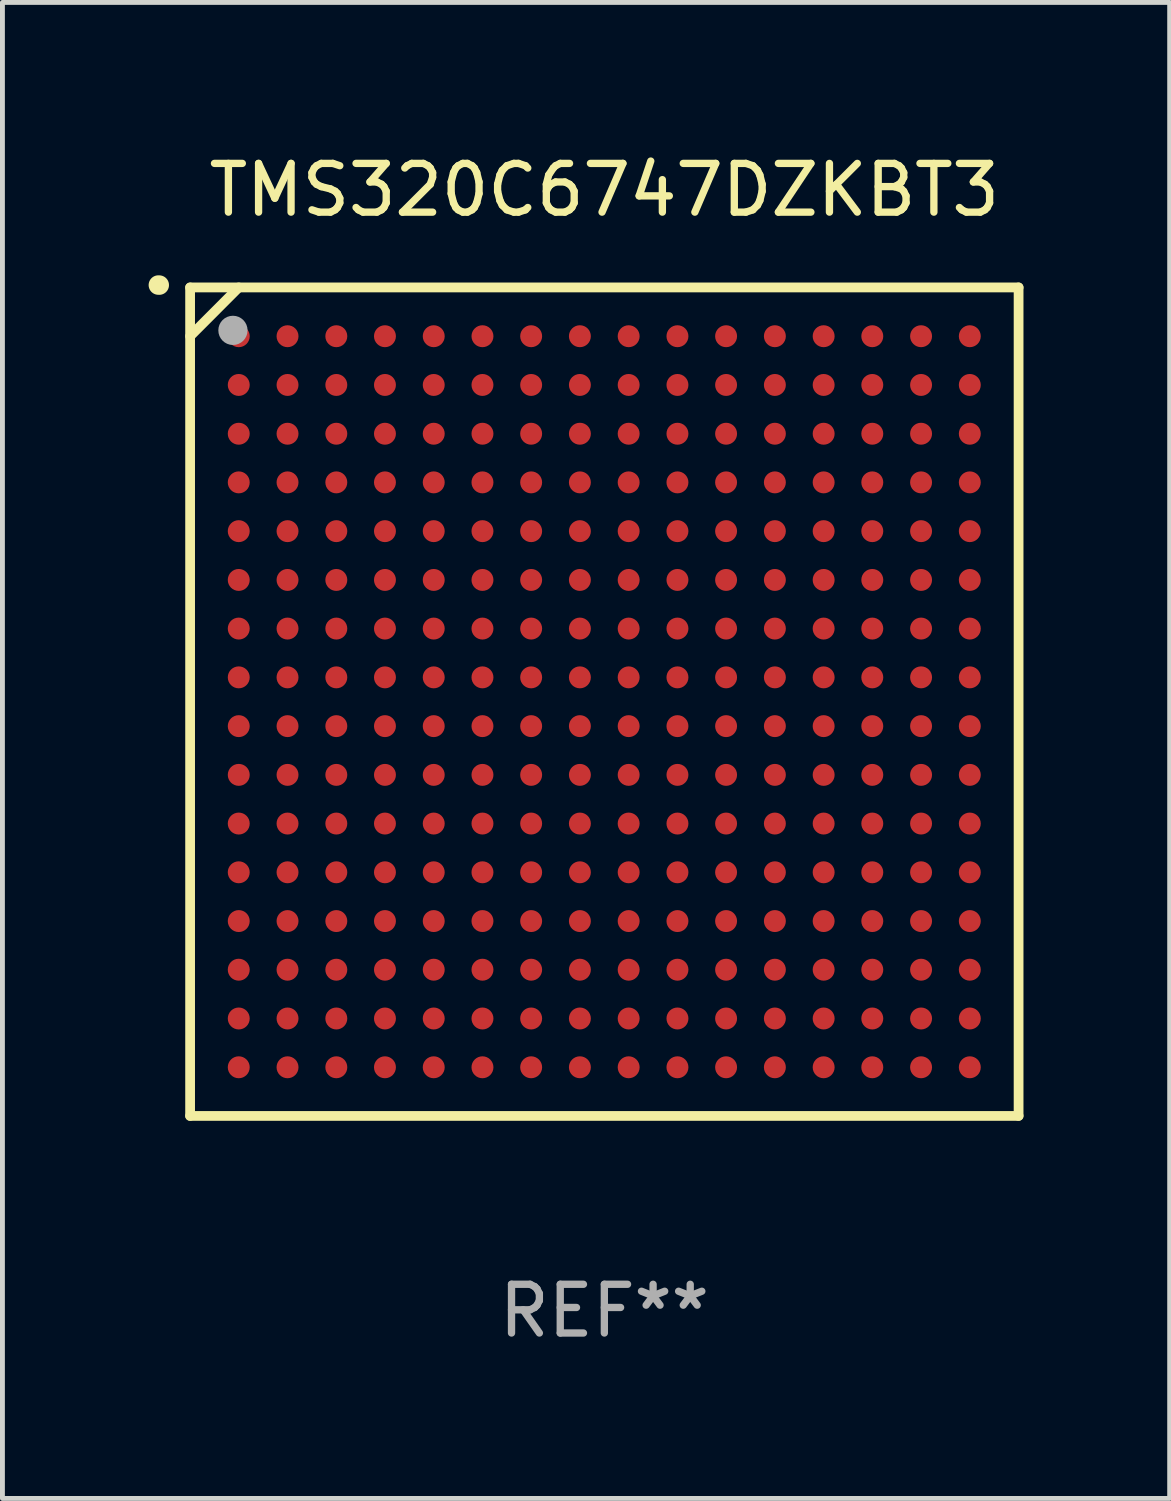
<source format=kicad_pcb>
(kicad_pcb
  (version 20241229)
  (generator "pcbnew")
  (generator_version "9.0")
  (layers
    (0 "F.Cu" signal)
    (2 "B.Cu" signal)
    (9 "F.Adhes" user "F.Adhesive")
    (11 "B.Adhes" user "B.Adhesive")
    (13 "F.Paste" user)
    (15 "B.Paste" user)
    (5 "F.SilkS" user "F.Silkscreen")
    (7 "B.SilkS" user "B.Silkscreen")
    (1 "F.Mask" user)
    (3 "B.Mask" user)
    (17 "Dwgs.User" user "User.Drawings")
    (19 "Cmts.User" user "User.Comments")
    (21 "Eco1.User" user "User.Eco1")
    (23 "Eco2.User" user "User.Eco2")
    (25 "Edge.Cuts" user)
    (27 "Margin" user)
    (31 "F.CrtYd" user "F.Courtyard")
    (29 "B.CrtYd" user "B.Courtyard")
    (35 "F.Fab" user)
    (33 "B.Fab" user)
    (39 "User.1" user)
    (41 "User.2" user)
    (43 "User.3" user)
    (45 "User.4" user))
  (footprint "TMS320C6747DZKBT3"
    (layer "F.Cu")
    (at 9.351 11.348)
    (property "Reference" "TMS320C6747DZKBT3" (at 0 -10.5 0) (layer "F.SilkS") (effects (font (size 1 1) (thickness 0.15))))
    (attr through_hole)
    (fp_line (start -8.5 -8.5) (end 8.5 -8.5) (stroke (width 0.2) (type solid)) (layer "F.SilkS"))
    (fp_line (start -8.5 -7.499) (end -7.502 -8.5) (stroke (width 0.2) (type solid)) (layer "F.SilkS"))
    (fp_line (start -8.5 8.5) (end -8.5 -8.5) (stroke (width 0.2) (type solid)) (layer "F.SilkS"))
    (fp_line (start 8.5 -8.5) (end 8.5 8.5) (stroke (width 0.2) (type solid)) (layer "F.SilkS"))
    (fp_line (start 8.5 8.5) (end -8.5 8.5) (stroke (width 0.2) (type solid)) (layer "F.SilkS"))
    (fp_arc (start -9.151181 -8.548768) (mid -9.142295 -8.548541) (end -9.133426 -8.547955) (stroke (width 0.4) (type solid)) (layer "F.SilkS"))
    (fp_circle (center -8.501 -8.499) (end -8.471 -8.499) (stroke (width 0.06) (type solid)) (fill no) (layer "F.SilkS"))
    (fp_circle (center -7.621 -7.619) (end -7.471 -7.619) (stroke (width 0.3) (type solid)) (fill no) (layer "F.Fab"))
    (fp_text user "REF**" (at 0 12.5 0) (layer "F.Fab") (effects (font (size 1 1) (thickness 0.15))))
    (pad "A1" smd circle (at -7.502 -7.499) (size 0.45 0.45) (layers "F.Cu" "F.Mask" "F.Paste"))
    (pad "A2" smd circle (at -6.501 -7.499) (size 0.45 0.45) (layers "F.Cu" "F.Mask" "F.Paste"))
    (pad "A3" smd circle (at -5.5 -7.499) (size 0.45 0.45) (layers "F.Cu" "F.Mask" "F.Paste"))
    (pad "A4" smd circle (at -4.502 -7.499) (size 0.45 0.45) (layers "F.Cu" "F.Mask" "F.Paste"))
    (pad "A5" smd circle (at -3.501 -7.499) (size 0.45 0.45) (layers "F.Cu" "F.Mask" "F.Paste"))
    (pad "A6" smd circle (at -2.501 -7.499) (size 0.45 0.45) (layers "F.Cu" "F.Mask" "F.Paste"))
    (pad "A7" smd circle (at -1.502 -7.499) (size 0.45 0.45) (layers "F.Cu" "F.Mask" "F.Paste"))
    (pad "A8" smd circle (at -0.502 -7.499) (size 0.45 0.45) (layers "F.Cu" "F.Mask" "F.Paste"))
    (pad "A9" smd circle (at 0.499 -7.499) (size 0.45 0.45) (layers "F.Cu" "F.Mask" "F.Paste"))
    (pad "A10" smd circle (at 1.5 -7.499) (size 0.45 0.45) (layers "F.Cu" "F.Mask" "F.Paste"))
    (pad "A11" smd circle (at 2.498 -7.499) (size 0.45 0.45) (layers "F.Cu" "F.Mask" "F.Paste"))
    (pad "A12" smd circle (at 3.499 -7.499) (size 0.45 0.45) (layers "F.Cu" "F.Mask" "F.Paste"))
    (pad "A13" smd circle (at 4.5 -7.499) (size 0.45 0.45) (layers "F.Cu" "F.Mask" "F.Paste"))
    (pad "A14" smd circle (at 5.498 -7.499) (size 0.45 0.45) (layers "F.Cu" "F.Mask" "F.Paste"))
    (pad "A15" smd circle (at 6.499 -7.499) (size 0.45 0.45) (layers "F.Cu" "F.Mask" "F.Paste"))
    (pad "A16" smd circle (at 7.499 -7.499) (size 0.45 0.45) (layers "F.Cu" "F.Mask" "F.Paste"))
    (pad "B1" smd circle (at -7.502 -6.499) (size 0.45 0.45) (layers "F.Cu" "F.Mask" "F.Paste"))
    (pad "B2" smd circle (at -6.501 -6.499) (size 0.45 0.45) (layers "F.Cu" "F.Mask" "F.Paste"))
    (pad "B3" smd circle (at -5.5 -6.499) (size 0.45 0.45) (layers "F.Cu" "F.Mask" "F.Paste"))
    (pad "B4" smd circle (at -4.502 -6.499) (size 0.45 0.45) (layers "F.Cu" "F.Mask" "F.Paste"))
    (pad "B5" smd circle (at -3.501 -6.499) (size 0.45 0.45) (layers "F.Cu" "F.Mask" "F.Paste"))
    (pad "B6" smd circle (at -2.501 -6.499) (size 0.45 0.45) (layers "F.Cu" "F.Mask" "F.Paste"))
    (pad "B7" smd circle (at -1.502 -6.499) (size 0.45 0.45) (layers "F.Cu" "F.Mask" "F.Paste"))
    (pad "B8" smd circle (at -0.502 -6.499) (size 0.45 0.45) (layers "F.Cu" "F.Mask" "F.Paste"))
    (pad "B9" smd circle (at 0.499 -6.499) (size 0.45 0.45) (layers "F.Cu" "F.Mask" "F.Paste"))
    (pad "B10" smd circle (at 1.5 -6.499) (size 0.45 0.45) (layers "F.Cu" "F.Mask" "F.Paste"))
    (pad "B11" smd circle (at 2.498 -6.499) (size 0.45 0.45) (layers "F.Cu" "F.Mask" "F.Paste"))
    (pad "B12" smd circle (at 3.499 -6.499) (size 0.45 0.45) (layers "F.Cu" "F.Mask" "F.Paste"))
    (pad "B13" smd circle (at 4.5 -6.499) (size 0.45 0.45) (layers "F.Cu" "F.Mask" "F.Paste"))
    (pad "B14" smd circle (at 5.498 -6.499) (size 0.45 0.45) (layers "F.Cu" "F.Mask" "F.Paste"))
    (pad "B15" smd circle (at 6.499 -6.499) (size 0.45 0.45) (layers "F.Cu" "F.Mask" "F.Paste"))
    (pad "B16" smd circle (at 7.499 -6.499) (size 0.45 0.45) (layers "F.Cu" "F.Mask" "F.Paste"))
    (pad "C1" smd circle (at -7.502 -5.498) (size 0.45 0.45) (layers "F.Cu" "F.Mask" "F.Paste"))
    (pad "C2" smd circle (at -6.501 -5.498) (size 0.45 0.45) (layers "F.Cu" "F.Mask" "F.Paste"))
    (pad "C3" smd circle (at -5.5 -5.498) (size 0.45 0.45) (layers "F.Cu" "F.Mask" "F.Paste"))
    (pad "C4" smd circle (at -4.502 -5.498) (size 0.45 0.45) (layers "F.Cu" "F.Mask" "F.Paste"))
    (pad "C5" smd circle (at -3.501 -5.498) (size 0.45 0.45) (layers "F.Cu" "F.Mask" "F.Paste"))
    (pad "C6" smd circle (at -2.501 -5.498) (size 0.45 0.45) (layers "F.Cu" "F.Mask" "F.Paste"))
    (pad "C7" smd circle (at -1.502 -5.498) (size 0.45 0.45) (layers "F.Cu" "F.Mask" "F.Paste"))
    (pad "C8" smd circle (at -0.502 -5.498) (size 0.45 0.45) (layers "F.Cu" "F.Mask" "F.Paste"))
    (pad "C9" smd circle (at 0.499 -5.498) (size 0.45 0.45) (layers "F.Cu" "F.Mask" "F.Paste"))
    (pad "C10" smd circle (at 1.5 -5.498) (size 0.45 0.45) (layers "F.Cu" "F.Mask" "F.Paste"))
    (pad "C11" smd circle (at 2.498 -5.498) (size 0.45 0.45) (layers "F.Cu" "F.Mask" "F.Paste"))
    (pad "C12" smd circle (at 3.499 -5.498) (size 0.45 0.45) (layers "F.Cu" "F.Mask" "F.Paste"))
    (pad "C13" smd circle (at 4.5 -5.498) (size 0.45 0.45) (layers "F.Cu" "F.Mask" "F.Paste"))
    (pad "C14" smd circle (at 5.498 -5.498) (size 0.45 0.45) (layers "F.Cu" "F.Mask" "F.Paste"))
    (pad "C15" smd circle (at 6.499 -5.498) (size 0.45 0.45) (layers "F.Cu" "F.Mask" "F.Paste"))
    (pad "C16" smd circle (at 7.499 -5.498) (size 0.45 0.45) (layers "F.Cu" "F.Mask" "F.Paste"))
    (pad "D1" smd circle (at -7.502 -4.5) (size 0.45 0.45) (layers "F.Cu" "F.Mask" "F.Paste"))
    (pad "D2" smd circle (at -6.501 -4.5) (size 0.45 0.45) (layers "F.Cu" "F.Mask" "F.Paste"))
    (pad "D3" smd circle (at -5.5 -4.5) (size 0.45 0.45) (layers "F.Cu" "F.Mask" "F.Paste"))
    (pad "D4" smd circle (at -4.502 -4.5) (size 0.45 0.45) (layers "F.Cu" "F.Mask" "F.Paste"))
    (pad "D5" smd circle (at -3.501 -4.5) (size 0.45 0.45) (layers "F.Cu" "F.Mask" "F.Paste"))
    (pad "D6" smd circle (at -2.501 -4.5) (size 0.45 0.45) (layers "F.Cu" "F.Mask" "F.Paste"))
    (pad "D7" smd circle (at -1.502 -4.5) (size 0.45 0.45) (layers "F.Cu" "F.Mask" "F.Paste"))
    (pad "D8" smd circle (at -0.502 -4.5) (size 0.45 0.45) (layers "F.Cu" "F.Mask" "F.Paste"))
    (pad "D9" smd circle (at 0.499 -4.5) (size 0.45 0.45) (layers "F.Cu" "F.Mask" "F.Paste"))
    (pad "D10" smd circle (at 1.5 -4.5) (size 0.45 0.45) (layers "F.Cu" "F.Mask" "F.Paste"))
    (pad "D11" smd circle (at 2.498 -4.5) (size 0.45 0.45) (layers "F.Cu" "F.Mask" "F.Paste"))
    (pad "D12" smd circle (at 3.499 -4.5) (size 0.45 0.45) (layers "F.Cu" "F.Mask" "F.Paste"))
    (pad "D13" smd circle (at 4.5 -4.5) (size 0.45 0.45) (layers "F.Cu" "F.Mask" "F.Paste"))
    (pad "D14" smd circle (at 5.498 -4.5) (size 0.45 0.45) (layers "F.Cu" "F.Mask" "F.Paste"))
    (pad "D15" smd circle (at 6.499 -4.5) (size 0.45 0.45) (layers "F.Cu" "F.Mask" "F.Paste"))
    (pad "D16" smd circle (at 7.499 -4.5) (size 0.45 0.45) (layers "F.Cu" "F.Mask" "F.Paste"))
    (pad "E1" smd circle (at -7.502 -3.499) (size 0.45 0.45) (layers "F.Cu" "F.Mask" "F.Paste"))
    (pad "E2" smd circle (at -6.501 -3.499) (size 0.45 0.45) (layers "F.Cu" "F.Mask" "F.Paste"))
    (pad "E3" smd circle (at -5.5 -3.499) (size 0.45 0.45) (layers "F.Cu" "F.Mask" "F.Paste"))
    (pad "E4" smd circle (at -4.502 -3.499) (size 0.45 0.45) (layers "F.Cu" "F.Mask" "F.Paste"))
    (pad "E5" smd circle (at -3.501 -3.499) (size 0.45 0.45) (layers "F.Cu" "F.Mask" "F.Paste"))
    (pad "E6" smd circle (at -2.501 -3.499) (size 0.45 0.45) (layers "F.Cu" "F.Mask" "F.Paste"))
    (pad "E7" smd circle (at -1.502 -3.499) (size 0.45 0.45) (layers "F.Cu" "F.Mask" "F.Paste"))
    (pad "E8" smd circle (at -0.502 -3.499) (size 0.45 0.45) (layers "F.Cu" "F.Mask" "F.Paste"))
    (pad "E9" smd circle (at 0.499 -3.499) (size 0.45 0.45) (layers "F.Cu" "F.Mask" "F.Paste"))
    (pad "E10" smd circle (at 1.5 -3.499) (size 0.45 0.45) (layers "F.Cu" "F.Mask" "F.Paste"))
    (pad "E11" smd circle (at 2.498 -3.499) (size 0.45 0.45) (layers "F.Cu" "F.Mask" "F.Paste"))
    (pad "E12" smd circle (at 3.499 -3.499) (size 0.45 0.45) (layers "F.Cu" "F.Mask" "F.Paste"))
    (pad "E13" smd circle (at 4.5 -3.499) (size 0.45 0.45) (layers "F.Cu" "F.Mask" "F.Paste"))
    (pad "E14" smd circle (at 5.498 -3.499) (size 0.45 0.45) (layers "F.Cu" "F.Mask" "F.Paste"))
    (pad "E15" smd circle (at 6.499 -3.499) (size 0.45 0.45) (layers "F.Cu" "F.Mask" "F.Paste"))
    (pad "E16" smd circle (at 7.499 -3.499) (size 0.45 0.45) (layers "F.Cu" "F.Mask" "F.Paste"))
    (pad "F1" smd circle (at -7.502 -2.498) (size 0.45 0.45) (layers "F.Cu" "F.Mask" "F.Paste"))
    (pad "F2" smd circle (at -6.501 -2.498) (size 0.45 0.45) (layers "F.Cu" "F.Mask" "F.Paste"))
    (pad "F3" smd circle (at -5.5 -2.498) (size 0.45 0.45) (layers "F.Cu" "F.Mask" "F.Paste"))
    (pad "F4" smd circle (at -4.502 -2.498) (size 0.45 0.45) (layers "F.Cu" "F.Mask" "F.Paste"))
    (pad "F5" smd circle (at -3.501 -2.498) (size 0.45 0.45) (layers "F.Cu" "F.Mask" "F.Paste"))
    (pad "F6" smd circle (at -2.501 -2.498) (size 0.45 0.45) (layers "F.Cu" "F.Mask" "F.Paste"))
    (pad "F7" smd circle (at -1.502 -2.498) (size 0.45 0.45) (layers "F.Cu" "F.Mask" "F.Paste"))
    (pad "F8" smd circle (at -0.502 -2.498) (size 0.45 0.45) (layers "F.Cu" "F.Mask" "F.Paste"))
    (pad "F9" smd circle (at 0.499 -2.498) (size 0.45 0.45) (layers "F.Cu" "F.Mask" "F.Paste"))
    (pad "F10" smd circle (at 1.5 -2.498) (size 0.45 0.45) (layers "F.Cu" "F.Mask" "F.Paste"))
    (pad "F11" smd circle (at 2.498 -2.498) (size 0.45 0.45) (layers "F.Cu" "F.Mask" "F.Paste"))
    (pad "F12" smd circle (at 3.499 -2.498) (size 0.45 0.45) (layers "F.Cu" "F.Mask" "F.Paste"))
    (pad "F13" smd circle (at 4.5 -2.498) (size 0.45 0.45) (layers "F.Cu" "F.Mask" "F.Paste"))
    (pad "F14" smd circle (at 5.498 -2.498) (size 0.45 0.45) (layers "F.Cu" "F.Mask" "F.Paste"))
    (pad "F15" smd circle (at 6.499 -2.498) (size 0.45 0.45) (layers "F.Cu" "F.Mask" "F.Paste"))
    (pad "F16" smd circle (at 7.499 -2.498) (size 0.45 0.45) (layers "F.Cu" "F.Mask" "F.Paste"))
    (pad "G1" smd circle (at -7.502 -1.5) (size 0.45 0.45) (layers "F.Cu" "F.Mask" "F.Paste"))
    (pad "G2" smd circle (at -6.501 -1.5) (size 0.45 0.45) (layers "F.Cu" "F.Mask" "F.Paste"))
    (pad "G3" smd circle (at -5.5 -1.5) (size 0.45 0.45) (layers "F.Cu" "F.Mask" "F.Paste"))
    (pad "G4" smd circle (at -4.502 -1.5) (size 0.45 0.45) (layers "F.Cu" "F.Mask" "F.Paste"))
    (pad "G5" smd circle (at -3.501 -1.5) (size 0.45 0.45) (layers "F.Cu" "F.Mask" "F.Paste"))
    (pad "G6" smd circle (at -2.501 -1.5) (size 0.45 0.45) (layers "F.Cu" "F.Mask" "F.Paste"))
    (pad "G7" smd circle (at -1.502 -1.5) (size 0.45 0.45) (layers "F.Cu" "F.Mask" "F.Paste"))
    (pad "G8" smd circle (at -0.502 -1.5) (size 0.45 0.45) (layers "F.Cu" "F.Mask" "F.Paste"))
    (pad "G9" smd circle (at 0.499 -1.5) (size 0.45 0.45) (layers "F.Cu" "F.Mask" "F.Paste"))
    (pad "G10" smd circle (at 1.5 -1.5) (size 0.45 0.45) (layers "F.Cu" "F.Mask" "F.Paste"))
    (pad "G11" smd circle (at 2.498 -1.5) (size 0.45 0.45) (layers "F.Cu" "F.Mask" "F.Paste"))
    (pad "G12" smd circle (at 3.499 -1.5) (size 0.45 0.45) (layers "F.Cu" "F.Mask" "F.Paste"))
    (pad "G13" smd circle (at 4.5 -1.5) (size 0.45 0.45) (layers "F.Cu" "F.Mask" "F.Paste"))
    (pad "G14" smd circle (at 5.498 -1.5) (size 0.45 0.45) (layers "F.Cu" "F.Mask" "F.Paste"))
    (pad "G15" smd circle (at 6.499 -1.5) (size 0.45 0.45) (layers "F.Cu" "F.Mask" "F.Paste"))
    (pad "G16" smd circle (at 7.499 -1.5) (size 0.45 0.45) (layers "F.Cu" "F.Mask" "F.Paste"))
    (pad "H1" smd circle (at -7.502 -0.499) (size 0.45 0.45) (layers "F.Cu" "F.Mask" "F.Paste"))
    (pad "H2" smd circle (at -6.501 -0.499) (size 0.45 0.45) (layers "F.Cu" "F.Mask" "F.Paste"))
    (pad "H3" smd circle (at -5.5 -0.499) (size 0.45 0.45) (layers "F.Cu" "F.Mask" "F.Paste"))
    (pad "H4" smd circle (at -4.502 -0.499) (size 0.45 0.45) (layers "F.Cu" "F.Mask" "F.Paste"))
    (pad "H5" smd circle (at -3.501 -0.499) (size 0.45 0.45) (layers "F.Cu" "F.Mask" "F.Paste"))
    (pad "H6" smd circle (at -2.501 -0.499) (size 0.45 0.45) (layers "F.Cu" "F.Mask" "F.Paste"))
    (pad "H7" smd circle (at -1.502 -0.499) (size 0.45 0.45) (layers "F.Cu" "F.Mask" "F.Paste"))
    (pad "H8" smd circle (at -0.502 -0.499) (size 0.45 0.45) (layers "F.Cu" "F.Mask" "F.Paste"))
    (pad "H9" smd circle (at 0.499 -0.499) (size 0.45 0.45) (layers "F.Cu" "F.Mask" "F.Paste"))
    (pad "H10" smd circle (at 1.5 -0.499) (size 0.45 0.45) (layers "F.Cu" "F.Mask" "F.Paste"))
    (pad "H11" smd circle (at 2.498 -0.499) (size 0.45 0.45) (layers "F.Cu" "F.Mask" "F.Paste"))
    (pad "H12" smd circle (at 3.499 -0.499) (size 0.45 0.45) (layers "F.Cu" "F.Mask" "F.Paste"))
    (pad "H13" smd circle (at 4.5 -0.499) (size 0.45 0.45) (layers "F.Cu" "F.Mask" "F.Paste"))
    (pad "H14" smd circle (at 5.498 -0.499) (size 0.45 0.45) (layers "F.Cu" "F.Mask" "F.Paste"))
    (pad "H15" smd circle (at 6.499 -0.499) (size 0.45 0.45) (layers "F.Cu" "F.Mask" "F.Paste"))
    (pad "H16" smd circle (at 7.499 -0.499) (size 0.45 0.45) (layers "F.Cu" "F.Mask" "F.Paste"))
    (pad "J1" smd circle (at -7.502 0.502) (size 0.45 0.45) (layers "F.Cu" "F.Mask" "F.Paste"))
    (pad "J2" smd circle (at -6.501 0.502) (size 0.45 0.45) (layers "F.Cu" "F.Mask" "F.Paste"))
    (pad "J3" smd circle (at -5.5 0.502) (size 0.45 0.45) (layers "F.Cu" "F.Mask" "F.Paste"))
    (pad "J4" smd circle (at -4.502 0.502) (size 0.45 0.45) (layers "F.Cu" "F.Mask" "F.Paste"))
    (pad "J5" smd circle (at -3.501 0.502) (size 0.45 0.45) (layers "F.Cu" "F.Mask" "F.Paste"))
    (pad "J6" smd circle (at -2.501 0.502) (size 0.45 0.45) (layers "F.Cu" "F.Mask" "F.Paste"))
    (pad "J7" smd circle (at -1.502 0.502) (size 0.45 0.45) (layers "F.Cu" "F.Mask" "F.Paste"))
    (pad "J8" smd circle (at -0.502 0.502) (size 0.45 0.45) (layers "F.Cu" "F.Mask" "F.Paste"))
    (pad "J9" smd circle (at 0.499 0.502) (size 0.45 0.45) (layers "F.Cu" "F.Mask" "F.Paste"))
    (pad "J10" smd circle (at 1.5 0.502) (size 0.45 0.45) (layers "F.Cu" "F.Mask" "F.Paste"))
    (pad "J11" smd circle (at 2.498 0.502) (size 0.45 0.45) (layers "F.Cu" "F.Mask" "F.Paste"))
    (pad "J12" smd circle (at 3.499 0.502) (size 0.45 0.45) (layers "F.Cu" "F.Mask" "F.Paste"))
    (pad "J13" smd circle (at 4.5 0.502) (size 0.45 0.45) (layers "F.Cu" "F.Mask" "F.Paste"))
    (pad "J14" smd circle (at 5.498 0.502) (size 0.45 0.45) (layers "F.Cu" "F.Mask" "F.Paste"))
    (pad "J15" smd circle (at 6.499 0.502) (size 0.45 0.45) (layers "F.Cu" "F.Mask" "F.Paste"))
    (pad "J16" smd circle (at 7.499 0.502) (size 0.45 0.45) (layers "F.Cu" "F.Mask" "F.Paste"))
    (pad "K1" smd circle (at -7.502 1.502) (size 0.45 0.45) (layers "F.Cu" "F.Mask" "F.Paste"))
    (pad "K2" smd circle (at -6.501 1.502) (size 0.45 0.45) (layers "F.Cu" "F.Mask" "F.Paste"))
    (pad "K3" smd circle (at -5.5 1.502) (size 0.45 0.45) (layers "F.Cu" "F.Mask" "F.Paste"))
    (pad "K4" smd circle (at -4.502 1.502) (size 0.45 0.45) (layers "F.Cu" "F.Mask" "F.Paste"))
    (pad "K5" smd circle (at -3.501 1.502) (size 0.45 0.45) (layers "F.Cu" "F.Mask" "F.Paste"))
    (pad "K6" smd circle (at -2.501 1.502) (size 0.45 0.45) (layers "F.Cu" "F.Mask" "F.Paste"))
    (pad "K7" smd circle (at -1.502 1.502) (size 0.45 0.45) (layers "F.Cu" "F.Mask" "F.Paste"))
    (pad "K8" smd circle (at -0.502 1.502) (size 0.45 0.45) (layers "F.Cu" "F.Mask" "F.Paste"))
    (pad "K9" smd circle (at 0.499 1.502) (size 0.45 0.45) (layers "F.Cu" "F.Mask" "F.Paste"))
    (pad "K10" smd circle (at 1.5 1.502) (size 0.45 0.45) (layers "F.Cu" "F.Mask" "F.Paste"))
    (pad "K11" smd circle (at 2.498 1.502) (size 0.45 0.45) (layers "F.Cu" "F.Mask" "F.Paste"))
    (pad "K12" smd circle (at 3.499 1.502) (size 0.45 0.45) (layers "F.Cu" "F.Mask" "F.Paste"))
    (pad "K13" smd circle (at 4.5 1.502) (size 0.45 0.45) (layers "F.Cu" "F.Mask" "F.Paste"))
    (pad "K14" smd circle (at 5.498 1.502) (size 0.45 0.45) (layers "F.Cu" "F.Mask" "F.Paste"))
    (pad "K15" smd circle (at 6.499 1.502) (size 0.45 0.45) (layers "F.Cu" "F.Mask" "F.Paste"))
    (pad "K16" smd circle (at 7.499 1.502) (size 0.45 0.45) (layers "F.Cu" "F.Mask" "F.Paste"))
    (pad "L1" smd circle (at -7.502 2.501) (size 0.45 0.45) (layers "F.Cu" "F.Mask" "F.Paste"))
    (pad "L2" smd circle (at -6.501 2.501) (size 0.45 0.45) (layers "F.Cu" "F.Mask" "F.Paste"))
    (pad "L3" smd circle (at -5.5 2.501) (size 0.45 0.45) (layers "F.Cu" "F.Mask" "F.Paste"))
    (pad "L4" smd circle (at -4.502 2.501) (size 0.45 0.45) (layers "F.Cu" "F.Mask" "F.Paste"))
    (pad "L5" smd circle (at -3.501 2.501) (size 0.45 0.45) (layers "F.Cu" "F.Mask" "F.Paste"))
    (pad "L6" smd circle (at -2.501 2.501) (size 0.45 0.45) (layers "F.Cu" "F.Mask" "F.Paste"))
    (pad "L7" smd circle (at -1.502 2.501) (size 0.45 0.45) (layers "F.Cu" "F.Mask" "F.Paste"))
    (pad "L8" smd circle (at -0.502 2.501) (size 0.45 0.45) (layers "F.Cu" "F.Mask" "F.Paste"))
    (pad "L9" smd circle (at 0.499 2.501) (size 0.45 0.45) (layers "F.Cu" "F.Mask" "F.Paste"))
    (pad "L10" smd circle (at 1.5 2.501) (size 0.45 0.45) (layers "F.Cu" "F.Mask" "F.Paste"))
    (pad "L11" smd circle (at 2.498 2.501) (size 0.45 0.45) (layers "F.Cu" "F.Mask" "F.Paste"))
    (pad "L12" smd circle (at 3.499 2.501) (size 0.45 0.45) (layers "F.Cu" "F.Mask" "F.Paste"))
    (pad "L13" smd circle (at 4.5 2.501) (size 0.45 0.45) (layers "F.Cu" "F.Mask" "F.Paste"))
    (pad "L14" smd circle (at 5.498 2.501) (size 0.45 0.45) (layers "F.Cu" "F.Mask" "F.Paste"))
    (pad "L15" smd circle (at 6.499 2.501) (size 0.45 0.45) (layers "F.Cu" "F.Mask" "F.Paste"))
    (pad "L16" smd circle (at 7.499 2.501) (size 0.45 0.45) (layers "F.Cu" "F.Mask" "F.Paste"))
    (pad "M1" smd circle (at -7.502 3.501) (size 0.45 0.45) (layers "F.Cu" "F.Mask" "F.Paste"))
    (pad "M2" smd circle (at -6.501 3.501) (size 0.45 0.45) (layers "F.Cu" "F.Mask" "F.Paste"))
    (pad "M3" smd circle (at -5.5 3.501) (size 0.45 0.45) (layers "F.Cu" "F.Mask" "F.Paste"))
    (pad "M4" smd circle (at -4.502 3.501) (size 0.45 0.45) (layers "F.Cu" "F.Mask" "F.Paste"))
    (pad "M5" smd circle (at -3.501 3.501) (size 0.45 0.45) (layers "F.Cu" "F.Mask" "F.Paste"))
    (pad "M6" smd circle (at -2.501 3.501) (size 0.45 0.45) (layers "F.Cu" "F.Mask" "F.Paste"))
    (pad "M7" smd circle (at -1.502 3.501) (size 0.45 0.45) (layers "F.Cu" "F.Mask" "F.Paste"))
    (pad "M8" smd circle (at -0.502 3.501) (size 0.45 0.45) (layers "F.Cu" "F.Mask" "F.Paste"))
    (pad "M9" smd circle (at 0.499 3.501) (size 0.45 0.45) (layers "F.Cu" "F.Mask" "F.Paste"))
    (pad "M10" smd circle (at 1.5 3.501) (size 0.45 0.45) (layers "F.Cu" "F.Mask" "F.Paste"))
    (pad "M11" smd circle (at 2.498 3.501) (size 0.45 0.45) (layers "F.Cu" "F.Mask" "F.Paste"))
    (pad "M12" smd circle (at 3.499 3.501) (size 0.45 0.45) (layers "F.Cu" "F.Mask" "F.Paste"))
    (pad "M13" smd circle (at 4.5 3.501) (size 0.45 0.45) (layers "F.Cu" "F.Mask" "F.Paste"))
    (pad "M14" smd circle (at 5.498 3.501) (size 0.45 0.45) (layers "F.Cu" "F.Mask" "F.Paste"))
    (pad "M15" smd circle (at 6.499 3.501) (size 0.45 0.45) (layers "F.Cu" "F.Mask" "F.Paste"))
    (pad "M16" smd circle (at 7.499 3.501) (size 0.45 0.45) (layers "F.Cu" "F.Mask" "F.Paste"))
    (pad "N1" smd circle (at -7.502 4.502) (size 0.45 0.45) (layers "F.Cu" "F.Mask" "F.Paste"))
    (pad "N2" smd circle (at -6.501 4.502) (size 0.45 0.45) (layers "F.Cu" "F.Mask" "F.Paste"))
    (pad "N3" smd circle (at -5.5 4.502) (size 0.45 0.45) (layers "F.Cu" "F.Mask" "F.Paste"))
    (pad "N4" smd circle (at -4.502 4.502) (size 0.45 0.45) (layers "F.Cu" "F.Mask" "F.Paste"))
    (pad "N5" smd circle (at -3.501 4.502) (size 0.45 0.45) (layers "F.Cu" "F.Mask" "F.Paste"))
    (pad "N6" smd circle (at -2.501 4.502) (size 0.45 0.45) (layers "F.Cu" "F.Mask" "F.Paste"))
    (pad "N7" smd circle (at -1.502 4.502) (size 0.45 0.45) (layers "F.Cu" "F.Mask" "F.Paste"))
    (pad "N8" smd circle (at -0.502 4.502) (size 0.45 0.45) (layers "F.Cu" "F.Mask" "F.Paste"))
    (pad "N9" smd circle (at 0.499 4.502) (size 0.45 0.45) (layers "F.Cu" "F.Mask" "F.Paste"))
    (pad "N10" smd circle (at 1.5 4.502) (size 0.45 0.45) (layers "F.Cu" "F.Mask" "F.Paste"))
    (pad "N11" smd circle (at 2.498 4.502) (size 0.45 0.45) (layers "F.Cu" "F.Mask" "F.Paste"))
    (pad "N12" smd circle (at 3.499 4.502) (size 0.45 0.45) (layers "F.Cu" "F.Mask" "F.Paste"))
    (pad "N13" smd circle (at 4.5 4.502) (size 0.45 0.45) (layers "F.Cu" "F.Mask" "F.Paste"))
    (pad "N14" smd circle (at 5.498 4.502) (size 0.45 0.45) (layers "F.Cu" "F.Mask" "F.Paste"))
    (pad "N15" smd circle (at 6.499 4.502) (size 0.45 0.45) (layers "F.Cu" "F.Mask" "F.Paste"))
    (pad "N16" smd circle (at 7.499 4.502) (size 0.45 0.45) (layers "F.Cu" "F.Mask" "F.Paste"))
    (pad "P1" smd circle (at -7.502 5.5) (size 0.45 0.45) (layers "F.Cu" "F.Mask" "F.Paste"))
    (pad "P2" smd circle (at -6.501 5.5) (size 0.45 0.45) (layers "F.Cu" "F.Mask" "F.Paste"))
    (pad "P3" smd circle (at -5.5 5.5) (size 0.45 0.45) (layers "F.Cu" "F.Mask" "F.Paste"))
    (pad "P4" smd circle (at -4.502 5.5) (size 0.45 0.45) (layers "F.Cu" "F.Mask" "F.Paste"))
    (pad "P5" smd circle (at -3.501 5.5) (size 0.45 0.45) (layers "F.Cu" "F.Mask" "F.Paste"))
    (pad "P6" smd circle (at -2.501 5.5) (size 0.45 0.45) (layers "F.Cu" "F.Mask" "F.Paste"))
    (pad "P7" smd circle (at -1.502 5.5) (size 0.45 0.45) (layers "F.Cu" "F.Mask" "F.Paste"))
    (pad "P8" smd circle (at -0.502 5.5) (size 0.45 0.45) (layers "F.Cu" "F.Mask" "F.Paste"))
    (pad "P9" smd circle (at 0.499 5.5) (size 0.45 0.45) (layers "F.Cu" "F.Mask" "F.Paste"))
    (pad "P10" smd circle (at 1.5 5.5) (size 0.45 0.45) (layers "F.Cu" "F.Mask" "F.Paste"))
    (pad "P11" smd circle (at 2.498 5.5) (size 0.45 0.45) (layers "F.Cu" "F.Mask" "F.Paste"))
    (pad "P12" smd circle (at 3.499 5.5) (size 0.45 0.45) (layers "F.Cu" "F.Mask" "F.Paste"))
    (pad "P13" smd circle (at 4.5 5.5) (size 0.45 0.45) (layers "F.Cu" "F.Mask" "F.Paste"))
    (pad "P14" smd circle (at 5.498 5.5) (size 0.45 0.45) (layers "F.Cu" "F.Mask" "F.Paste"))
    (pad "P15" smd circle (at 6.499 5.5) (size 0.45 0.45) (layers "F.Cu" "F.Mask" "F.Paste"))
    (pad "P16" smd circle (at 7.499 5.5) (size 0.45 0.45) (layers "F.Cu" "F.Mask" "F.Paste"))
    (pad "R1" smd circle (at -7.502 6.501) (size 0.45 0.45) (layers "F.Cu" "F.Mask" "F.Paste"))
    (pad "R2" smd circle (at -6.501 6.501) (size 0.45 0.45) (layers "F.Cu" "F.Mask" "F.Paste"))
    (pad "R3" smd circle (at -5.5 6.501) (size 0.45 0.45) (layers "F.Cu" "F.Mask" "F.Paste"))
    (pad "R4" smd circle (at -4.502 6.501) (size 0.45 0.45) (layers "F.Cu" "F.Mask" "F.Paste"))
    (pad "R5" smd circle (at -3.501 6.501) (size 0.45 0.45) (layers "F.Cu" "F.Mask" "F.Paste"))
    (pad "R6" smd circle (at -2.501 6.501) (size 0.45 0.45) (layers "F.Cu" "F.Mask" "F.Paste"))
    (pad "R7" smd circle (at -1.502 6.501) (size 0.45 0.45) (layers "F.Cu" "F.Mask" "F.Paste"))
    (pad "R8" smd circle (at -0.502 6.501) (size 0.45 0.45) (layers "F.Cu" "F.Mask" "F.Paste"))
    (pad "R9" smd circle (at 0.499 6.501) (size 0.45 0.45) (layers "F.Cu" "F.Mask" "F.Paste"))
    (pad "R10" smd circle (at 1.5 6.501) (size 0.45 0.45) (layers "F.Cu" "F.Mask" "F.Paste"))
    (pad "R11" smd circle (at 2.498 6.501) (size 0.45 0.45) (layers "F.Cu" "F.Mask" "F.Paste"))
    (pad "R12" smd circle (at 3.499 6.501) (size 0.45 0.45) (layers "F.Cu" "F.Mask" "F.Paste"))
    (pad "R13" smd circle (at 4.5 6.501) (size 0.45 0.45) (layers "F.Cu" "F.Mask" "F.Paste"))
    (pad "R14" smd circle (at 5.498 6.501) (size 0.45 0.45) (layers "F.Cu" "F.Mask" "F.Paste"))
    (pad "R15" smd circle (at 6.499 6.501) (size 0.45 0.45) (layers "F.Cu" "F.Mask" "F.Paste"))
    (pad "R16" smd circle (at 7.499 6.501) (size 0.45 0.45) (layers "F.Cu" "F.Mask" "F.Paste"))
    (pad "T1" smd circle (at -7.502 7.502) (size 0.45 0.45) (layers "F.Cu" "F.Mask" "F.Paste"))
    (pad "T2" smd circle (at -6.501 7.502) (size 0.45 0.45) (layers "F.Cu" "F.Mask" "F.Paste"))
    (pad "T3" smd circle (at -5.5 7.502) (size 0.45 0.45) (layers "F.Cu" "F.Mask" "F.Paste"))
    (pad "T4" smd circle (at -4.502 7.502) (size 0.45 0.45) (layers "F.Cu" "F.Mask" "F.Paste"))
    (pad "T5" smd circle (at -3.501 7.502) (size 0.45 0.45) (layers "F.Cu" "F.Mask" "F.Paste"))
    (pad "T6" smd circle (at -2.501 7.502) (size 0.45 0.45) (layers "F.Cu" "F.Mask" "F.Paste"))
    (pad "T7" smd circle (at -1.502 7.502) (size 0.45 0.45) (layers "F.Cu" "F.Mask" "F.Paste"))
    (pad "T8" smd circle (at -0.502 7.502) (size 0.45 0.45) (layers "F.Cu" "F.Mask" "F.Paste"))
    (pad "T9" smd circle (at 0.499 7.502) (size 0.45 0.45) (layers "F.Cu" "F.Mask" "F.Paste"))
    (pad "T10" smd circle (at 1.5 7.502) (size 0.45 0.45) (layers "F.Cu" "F.Mask" "F.Paste"))
    (pad "T11" smd circle (at 2.498 7.502) (size 0.45 0.45) (layers "F.Cu" "F.Mask" "F.Paste"))
    (pad "T12" smd circle (at 3.499 7.502) (size 0.45 0.45) (layers "F.Cu" "F.Mask" "F.Paste"))
    (pad "T13" smd circle (at 4.5 7.502) (size 0.45 0.45) (layers "F.Cu" "F.Mask" "F.Paste"))
    (pad "T14" smd circle (at 5.498 7.502) (size 0.45 0.45) (layers "F.Cu" "F.Mask" "F.Paste"))
    (pad "T15" smd circle (at 6.499 7.502) (size 0.45 0.45) (layers "F.Cu" "F.Mask" "F.Paste"))
    (pad "T16" smd circle (at 7.499 7.502) (size 0.45 0.45) (layers "F.Cu" "F.Mask" "F.Paste")))
  (gr_rect
    (start -3 -3)
    (end 20.951 27.697)
    (stroke (width 0.1) (type default))
    (fill no)
    (layer "Edge.Cuts")))
</source>
